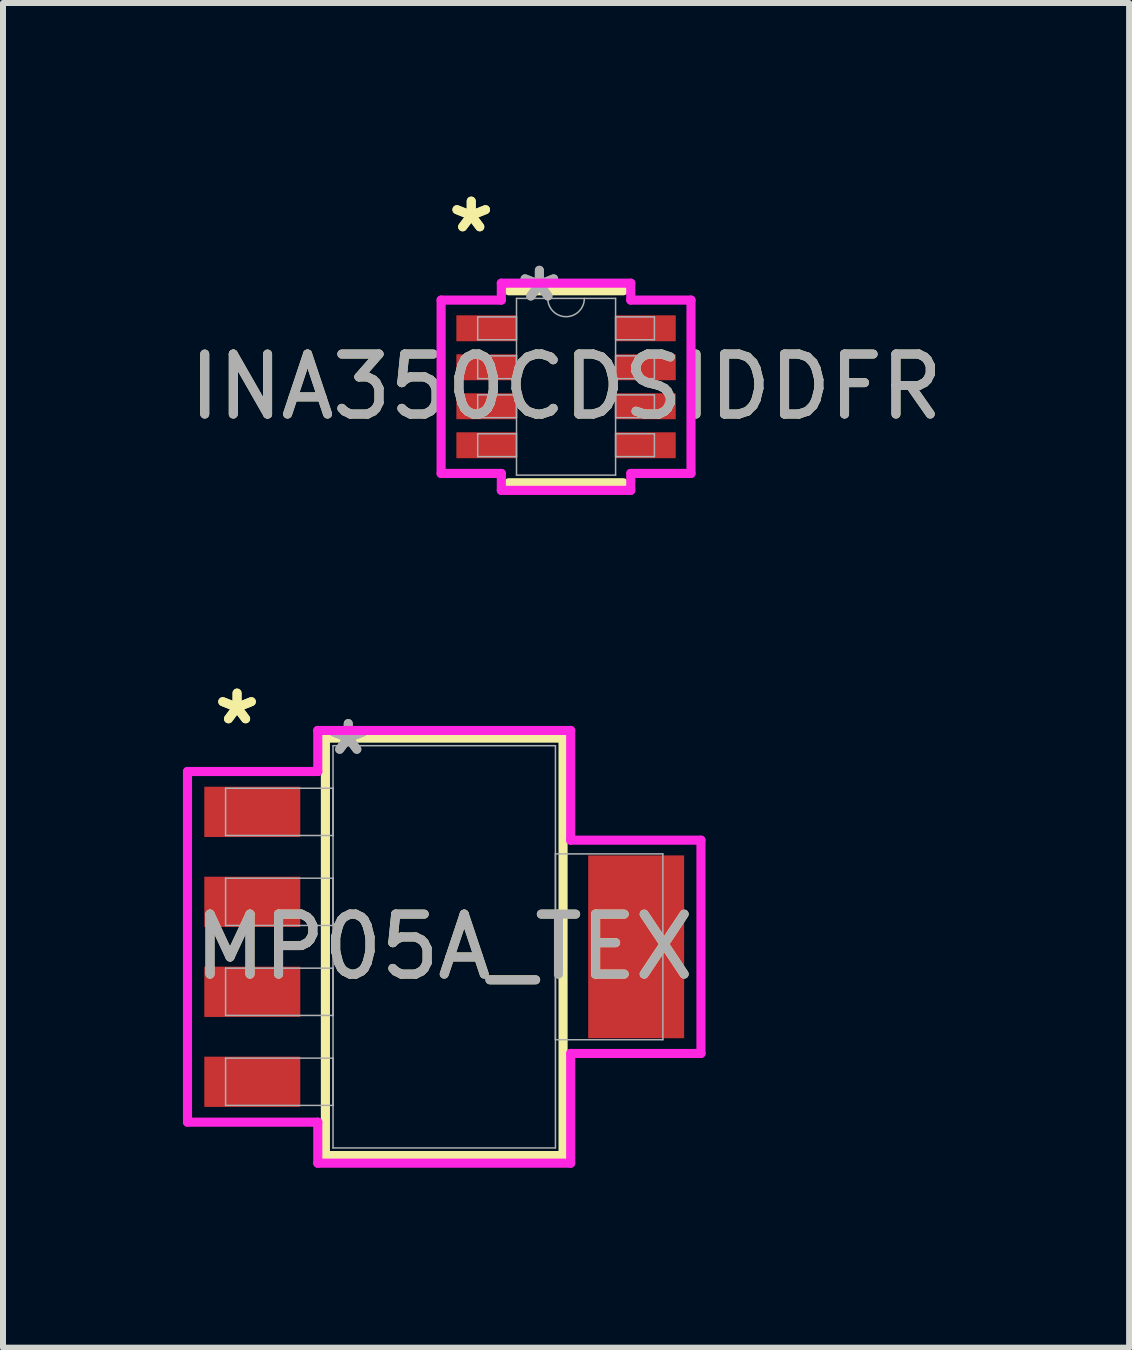
<source format=kicad_pcb>
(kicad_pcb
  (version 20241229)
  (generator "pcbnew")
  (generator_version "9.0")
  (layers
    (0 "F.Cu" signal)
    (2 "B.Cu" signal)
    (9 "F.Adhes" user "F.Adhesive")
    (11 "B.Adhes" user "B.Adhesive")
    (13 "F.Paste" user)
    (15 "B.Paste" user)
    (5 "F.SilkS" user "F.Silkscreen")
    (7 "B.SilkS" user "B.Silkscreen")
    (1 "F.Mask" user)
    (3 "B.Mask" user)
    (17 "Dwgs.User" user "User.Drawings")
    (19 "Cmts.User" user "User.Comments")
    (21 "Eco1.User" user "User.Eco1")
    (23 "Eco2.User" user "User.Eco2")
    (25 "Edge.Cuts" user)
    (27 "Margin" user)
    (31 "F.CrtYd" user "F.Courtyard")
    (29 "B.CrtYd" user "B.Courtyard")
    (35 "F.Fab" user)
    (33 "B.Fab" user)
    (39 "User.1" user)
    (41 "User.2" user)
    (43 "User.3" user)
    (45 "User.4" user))
  (footprint "MP05A_TEX"
    (layer "F.Cu")
    (at 4.356 12.735)
    (property "Reference" "MP05A_TEX" (at 0 0 0) (unlocked yes) (layer "F.SilkS") (effects (font (size 1 1) (thickness 0.15))))
    (attr smd)
    (fp_line (start -1.981 -3.48) (end -1.981 3.48) (stroke (width 0.152) (type solid)) (layer "F.SilkS"))
    (fp_line (start -1.981 3.48) (end 1.981 3.48) (stroke (width 0.152) (type solid)) (layer "F.SilkS"))
    (fp_line (start 1.981 -3.48) (end -1.981 -3.48) (stroke (width 0.152) (type solid)) (layer "F.SilkS"))
    (fp_line (start 1.981 3.48) (end 1.981 -3.48) (stroke (width 0.152) (type solid)) (layer "F.SilkS"))
    (fp_line (start -4.28 -2.923) (end -2.108 -2.923) (stroke (width 0.152) (type solid)) (layer "F.CrtYd"))
    (fp_line (start -4.28 2.923) (end -4.28 -2.923) (stroke (width 0.152) (type solid)) (layer "F.CrtYd"))
    (fp_line (start -2.108 -3.607) (end 2.108 -3.607) (stroke (width 0.152) (type solid)) (layer "F.CrtYd"))
    (fp_line (start -2.108 -2.923) (end -2.108 -3.607) (stroke (width 0.152) (type solid)) (layer "F.CrtYd"))
    (fp_line (start -2.108 2.923) (end -4.28 2.923) (stroke (width 0.152) (type solid)) (layer "F.CrtYd"))
    (fp_line (start -2.108 3.607) (end -2.108 2.923) (stroke (width 0.152) (type solid)) (layer "F.CrtYd"))
    (fp_line (start 2.108 -3.607) (end 2.108 -1.778) (stroke (width 0.152) (type solid)) (layer "F.CrtYd"))
    (fp_line (start 2.108 -1.778) (end 4.28 -1.778) (stroke (width 0.152) (type solid)) (layer "F.CrtYd"))
    (fp_line (start 2.108 1.778) (end 2.108 3.607) (stroke (width 0.152) (type solid)) (layer "F.CrtYd"))
    (fp_line (start 2.108 3.607) (end -2.108 3.607) (stroke (width 0.152) (type solid)) (layer "F.CrtYd"))
    (fp_line (start 4.28 -1.778) (end 4.28 1.778) (stroke (width 0.152) (type solid)) (layer "F.CrtYd"))
    (fp_line (start 4.28 1.778) (end 2.108 1.778) (stroke (width 0.152) (type solid)) (layer "F.CrtYd"))
    (fp_line (start -3.645 -2.644) (end -3.645 -1.856) (stroke (width 0.025) (type solid)) (layer "F.Fab"))
    (fp_line (start -3.645 -1.856) (end -1.854 -1.856) (stroke (width 0.025) (type solid)) (layer "F.Fab"))
    (fp_line (start -3.645 -1.144) (end -3.645 -0.356) (stroke (width 0.025) (type solid)) (layer "F.Fab"))
    (fp_line (start -3.645 -0.356) (end -1.854 -0.356) (stroke (width 0.025) (type solid)) (layer "F.Fab"))
    (fp_line (start -3.645 0.356) (end -3.645 1.144) (stroke (width 0.025) (type solid)) (layer "F.Fab"))
    (fp_line (start -3.645 1.144) (end -1.854 1.144) (stroke (width 0.025) (type solid)) (layer "F.Fab"))
    (fp_line (start -3.645 1.856) (end -3.645 2.644) (stroke (width 0.025) (type solid)) (layer "F.Fab"))
    (fp_line (start -3.645 2.644) (end -1.854 2.644) (stroke (width 0.025) (type solid)) (layer "F.Fab"))
    (fp_line (start -1.854 -3.353) (end -1.854 3.353) (stroke (width 0.025) (type solid)) (layer "F.Fab"))
    (fp_line (start -1.854 -2.644) (end -3.645 -2.644) (stroke (width 0.025) (type solid)) (layer "F.Fab"))
    (fp_line (start -1.854 -1.856) (end -1.854 -2.644) (stroke (width 0.025) (type solid)) (layer "F.Fab"))
    (fp_line (start -1.854 -1.144) (end -3.645 -1.144) (stroke (width 0.025) (type solid)) (layer "F.Fab"))
    (fp_line (start -1.854 -0.356) (end -1.854 -1.144) (stroke (width 0.025) (type solid)) (layer "F.Fab"))
    (fp_line (start -1.854 0.356) (end -3.645 0.356) (stroke (width 0.025) (type solid)) (layer "F.Fab"))
    (fp_line (start -1.854 1.144) (end -1.854 0.356) (stroke (width 0.025) (type solid)) (layer "F.Fab"))
    (fp_line (start -1.854 1.856) (end -3.645 1.856) (stroke (width 0.025) (type solid)) (layer "F.Fab"))
    (fp_line (start -1.854 2.644) (end -1.854 1.856) (stroke (width 0.025) (type solid)) (layer "F.Fab"))
    (fp_line (start -1.854 3.353) (end 1.854 3.353) (stroke (width 0.025) (type solid)) (layer "F.Fab"))
    (fp_line (start 1.854 -3.353) (end -1.854 -3.353) (stroke (width 0.025) (type solid)) (layer "F.Fab"))
    (fp_line (start 1.854 -1.549) (end 1.854 1.549) (stroke (width 0.025) (type solid)) (layer "F.Fab"))
    (fp_line (start 1.854 1.549) (end 3.645 1.549) (stroke (width 0.025) (type solid)) (layer "F.Fab"))
    (fp_line (start 1.854 3.353) (end 1.854 -3.353) (stroke (width 0.025) (type solid)) (layer "F.Fab"))
    (fp_line (start 3.645 -1.549) (end 1.854 -1.549) (stroke (width 0.025) (type solid)) (layer "F.Fab"))
    (fp_line (start 3.645 1.549) (end 3.645 -1.549) (stroke (width 0.025) (type solid)) (layer "F.Fab"))
    (fp_text user "*" (at -3.454 -3.685 0) (unlocked yes) (layer "F.SilkS") (effects (font (size 1 1) (thickness 0.15))))
    (fp_text user "*" (at -3.454 -3.685 0) (layer "F.SilkS") (effects (font (size 1 1) (thickness 0.15))))
    (fp_text user "*" (at -1.6 -3.177 0) (layer "F.Fab") (effects (font (size 1 1) (thickness 0.15))))
    (fp_text user "*" (at -1.6 -3.177 0) (unlocked yes) (layer "F.Fab") (effects (font (size 1 1) (thickness 0.15))))
    (fp_text user "${REFERENCE}" (at 0 0 0) (unlocked yes) (layer "F.Fab") (effects (font (size 1 1) (thickness 0.15))))
    (pad "1" smd rect (at -3.2 -2.25) (size 1.6 0.838) (layers "F.Cu" "F.Mask" "F.Paste"))
    (pad "2" smd rect (at -3.2 -0.75) (size 1.6 0.838) (layers "F.Cu" "F.Mask" "F.Paste"))
    (pad "3" smd rect (at -3.2 0.75) (size 1.6 0.838) (layers "F.Cu" "F.Mask" "F.Paste"))
    (pad "4" smd rect (at -3.2 2.25) (size 1.6 0.838) (layers "F.Cu" "F.Mask" "F.Paste"))
    (pad "5" smd rect (at 3.2 0) (size 1.6 3.048) (layers "F.Cu" "F.Mask" "F.Paste")))
  (footprint "INA350CDSIDDFR"
    (layer "F.Cu")
    (at 6.387 3.398)
    (property "Reference" "INA350CDSIDDFR" (at 0 0 0) (unlocked yes) (layer "F.SilkS") (effects (font (size 1 1) (thickness 0.15))))
    (attr smd)
    (fp_line (start -0.953 1.6) (end 0.953 1.6) (stroke (width 0.152) (type solid)) (layer "F.SilkS"))
    (fp_line (start 0.953 -1.6) (end -0.953 -1.6) (stroke (width 0.152) (type solid)) (layer "F.SilkS"))
    (fp_line (start -2.083 -1.445) (end -1.079 -1.445) (stroke (width 0.152) (type solid)) (layer "F.CrtYd"))
    (fp_line (start -2.083 1.445) (end -2.083 -1.445) (stroke (width 0.152) (type solid)) (layer "F.CrtYd"))
    (fp_line (start -2.083 1.445) (end -1.079 1.445) (stroke (width 0.152) (type solid)) (layer "F.CrtYd"))
    (fp_line (start -1.079 -1.727) (end 1.079 -1.727) (stroke (width 0.152) (type solid)) (layer "F.CrtYd"))
    (fp_line (start -1.079 -1.445) (end -1.079 -1.727) (stroke (width 0.152) (type solid)) (layer "F.CrtYd"))
    (fp_line (start -1.079 1.727) (end -1.079 1.445) (stroke (width 0.152) (type solid)) (layer "F.CrtYd"))
    (fp_line (start 1.079 -1.727) (end 1.079 -1.445) (stroke (width 0.152) (type solid)) (layer "F.CrtYd"))
    (fp_line (start 1.079 1.445) (end 1.079 1.727) (stroke (width 0.152) (type solid)) (layer "F.CrtYd"))
    (fp_line (start 1.079 1.727) (end -1.079 1.727) (stroke (width 0.152) (type solid)) (layer "F.CrtYd"))
    (fp_line (start 2.083 -1.445) (end 1.079 -1.445) (stroke (width 0.152) (type solid)) (layer "F.CrtYd"))
    (fp_line (start 2.083 -1.445) (end 2.083 1.445) (stroke (width 0.152) (type solid)) (layer "F.CrtYd"))
    (fp_line (start 2.083 1.445) (end 1.079 1.445) (stroke (width 0.152) (type solid)) (layer "F.CrtYd"))
    (fp_line (start -1.473 -1.165) (end -1.473 -0.784) (stroke (width 0.025) (type solid)) (layer "F.Fab"))
    (fp_line (start -1.473 -0.784) (end -0.826 -0.784) (stroke (width 0.025) (type solid)) (layer "F.Fab"))
    (fp_line (start -1.473 -0.515) (end -1.473 -0.135) (stroke (width 0.025) (type solid)) (layer "F.Fab"))
    (fp_line (start -1.473 -0.135) (end -0.826 -0.135) (stroke (width 0.025) (type solid)) (layer "F.Fab"))
    (fp_line (start -1.473 0.135) (end -1.473 0.515) (stroke (width 0.025) (type solid)) (layer "F.Fab"))
    (fp_line (start -1.473 0.515) (end -0.826 0.515) (stroke (width 0.025) (type solid)) (layer "F.Fab"))
    (fp_line (start -1.473 0.784) (end -1.473 1.165) (stroke (width 0.025) (type solid)) (layer "F.Fab"))
    (fp_line (start -1.473 1.165) (end -0.826 1.165) (stroke (width 0.025) (type solid)) (layer "F.Fab"))
    (fp_line (start -0.826 -1.473) (end -0.826 1.473) (stroke (width 0.025) (type solid)) (layer "F.Fab"))
    (fp_line (start -0.826 -1.165) (end -1.473 -1.165) (stroke (width 0.025) (type solid)) (layer "F.Fab"))
    (fp_line (start -0.826 -0.784) (end -0.826 -1.165) (stroke (width 0.025) (type solid)) (layer "F.Fab"))
    (fp_line (start -0.826 -0.515) (end -1.473 -0.515) (stroke (width 0.025) (type solid)) (layer "F.Fab"))
    (fp_line (start -0.826 -0.135) (end -0.826 -0.515) (stroke (width 0.025) (type solid)) (layer "F.Fab"))
    (fp_line (start -0.826 0.135) (end -1.473 0.135) (stroke (width 0.025) (type solid)) (layer "F.Fab"))
    (fp_line (start -0.826 0.515) (end -0.826 0.135) (stroke (width 0.025) (type solid)) (layer "F.Fab"))
    (fp_line (start -0.826 0.784) (end -1.473 0.784) (stroke (width 0.025) (type solid)) (layer "F.Fab"))
    (fp_line (start -0.826 1.165) (end -0.826 0.784) (stroke (width 0.025) (type solid)) (layer "F.Fab"))
    (fp_line (start -0.826 1.473) (end 0.826 1.473) (stroke (width 0.025) (type solid)) (layer "F.Fab"))
    (fp_line (start 0.826 -1.473) (end -0.826 -1.473) (stroke (width 0.025) (type solid)) (layer "F.Fab"))
    (fp_line (start 0.826 -1.165) (end 0.826 -0.784) (stroke (width 0.025) (type solid)) (layer "F.Fab"))
    (fp_line (start 0.826 -0.784) (end 1.473 -0.784) (stroke (width 0.025) (type solid)) (layer "F.Fab"))
    (fp_line (start 0.826 -0.515) (end 0.826 -0.135) (stroke (width 0.025) (type solid)) (layer "F.Fab"))
    (fp_line (start 0.826 -0.135) (end 1.473 -0.135) (stroke (width 0.025) (type solid)) (layer "F.Fab"))
    (fp_line (start 0.826 0.135) (end 0.826 0.515) (stroke (width 0.025) (type solid)) (layer "F.Fab"))
    (fp_line (start 0.826 0.515) (end 1.473 0.515) (stroke (width 0.025) (type solid)) (layer "F.Fab"))
    (fp_line (start 0.826 0.784) (end 0.826 1.165) (stroke (width 0.025) (type solid)) (layer "F.Fab"))
    (fp_line (start 0.826 1.165) (end 1.473 1.165) (stroke (width 0.025) (type solid)) (layer "F.Fab"))
    (fp_line (start 0.826 1.473) (end 0.826 -1.473) (stroke (width 0.025) (type solid)) (layer "F.Fab"))
    (fp_line (start 1.473 -1.165) (end 0.826 -1.165) (stroke (width 0.025) (type solid)) (layer "F.Fab"))
    (fp_line (start 1.473 -0.784) (end 1.473 -1.165) (stroke (width 0.025) (type solid)) (layer "F.Fab"))
    (fp_line (start 1.473 -0.515) (end 0.826 -0.515) (stroke (width 0.025) (type solid)) (layer "F.Fab"))
    (fp_line (start 1.473 -0.135) (end 1.473 -0.515) (stroke (width 0.025) (type solid)) (layer "F.Fab"))
    (fp_line (start 1.473 0.135) (end 0.826 0.135) (stroke (width 0.025) (type solid)) (layer "F.Fab"))
    (fp_line (start 1.473 0.515) (end 1.473 0.135) (stroke (width 0.025) (type solid)) (layer "F.Fab"))
    (fp_line (start 1.473 0.784) (end 0.826 0.784) (stroke (width 0.025) (type solid)) (layer "F.Fab"))
    (fp_line (start 1.473 1.165) (end 1.473 0.784) (stroke (width 0.025) (type solid)) (layer "F.Fab"))
    (fp_arc (start 0.3048 -1.4732) (mid 0 -1.1684) (end -0.3048 -1.4732) (stroke (width 0.0254) (type solid)) (layer "F.Fab"))
    (fp_text user "*" (at -1.581 -2.55 0) (layer "F.SilkS") (effects (font (size 1 1) (thickness 0.15))))
    (fp_text user "*" (at -1.581 -2.55 0) (unlocked yes) (layer "F.SilkS") (effects (font (size 1 1) (thickness 0.15))))
    (fp_text user "${REFERENCE}" (at 0 0 0) (unlocked yes) (layer "F.Fab") (effects (font (size 1 1) (thickness 0.15))))
    (fp_text user "*" (at -0.445 -1.397 0) (unlocked yes) (layer "F.Fab") (effects (font (size 1 1) (thickness 0.15))))
    (fp_text user "*" (at -0.445 -1.397 0) (layer "F.Fab") (effects (font (size 1 1) (thickness 0.15))))
    (pad "1" smd rect (at -1.327 -0.975) (size 1.003 0.432) (layers "F.Cu" "F.Mask" "F.Paste"))
    (pad "2" smd rect (at -1.327 -0.325) (size 1.003 0.432) (layers "F.Cu" "F.Mask" "F.Paste"))
    (pad "3" smd rect (at -1.327 0.325) (size 1.003 0.432) (layers "F.Cu" "F.Mask" "F.Paste"))
    (pad "4" smd rect (at -1.327 0.975) (size 1.003 0.432) (layers "F.Cu" "F.Mask" "F.Paste"))
    (pad "5" smd rect (at 1.327 0.975) (size 1.003 0.432) (layers "F.Cu" "F.Mask" "F.Paste"))
    (pad "6" smd rect (at 1.327 0.325) (size 1.003 0.432) (layers "F.Cu" "F.Mask" "F.Paste"))
    (pad "7" smd rect (at 1.327 -0.325) (size 1.003 0.432) (layers "F.Cu" "F.Mask" "F.Paste"))
    (pad "8" smd rect (at 1.327 -0.975) (size 1.003 0.432) (layers "F.Cu" "F.Mask" "F.Paste")))
  (gr_rect
    (start -3 -3)
    (end 15.774 19.418)
    (stroke (width 0.1) (type default))
    (fill no)
    (layer "Edge.Cuts")))
</source>
